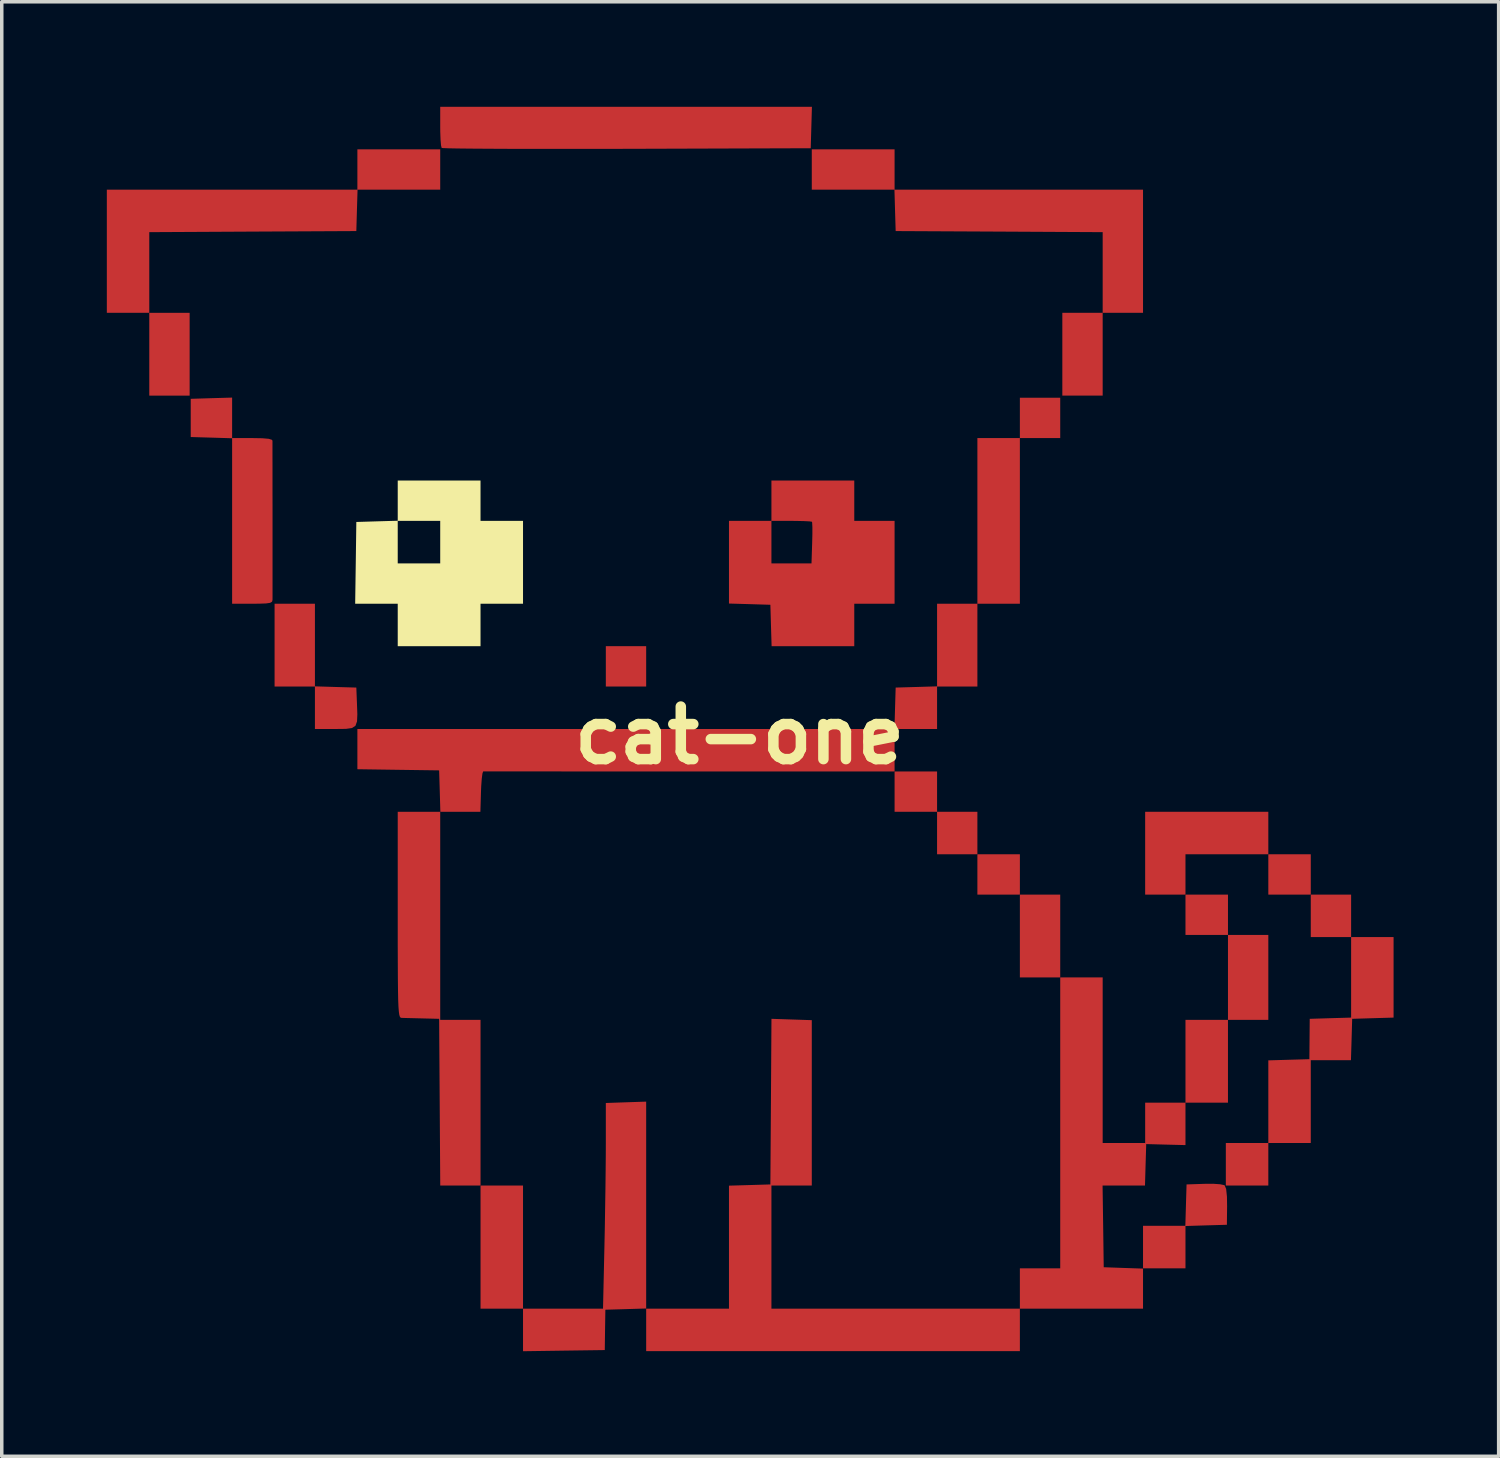
<source format=kicad_pcb>
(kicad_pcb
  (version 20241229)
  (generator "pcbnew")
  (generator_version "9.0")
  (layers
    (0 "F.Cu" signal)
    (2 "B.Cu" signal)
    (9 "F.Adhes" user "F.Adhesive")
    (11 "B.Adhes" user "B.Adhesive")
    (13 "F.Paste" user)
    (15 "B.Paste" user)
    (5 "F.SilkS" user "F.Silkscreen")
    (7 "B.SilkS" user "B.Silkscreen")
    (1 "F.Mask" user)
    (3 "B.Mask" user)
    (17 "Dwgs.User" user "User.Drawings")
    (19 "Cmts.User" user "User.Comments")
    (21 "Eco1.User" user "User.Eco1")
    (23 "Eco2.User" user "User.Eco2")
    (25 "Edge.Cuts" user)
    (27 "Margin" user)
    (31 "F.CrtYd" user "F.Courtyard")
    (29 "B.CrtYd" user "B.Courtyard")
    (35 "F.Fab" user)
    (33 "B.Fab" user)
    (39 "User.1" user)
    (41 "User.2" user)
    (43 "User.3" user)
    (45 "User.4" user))
  (footprint "cat-one"
    (layer "F.Cu")
    (at 18.065 17.944)
    (property "Reference" "cat-one" (at 0 0 0) (layer "F.SilkS") (effects (font (size 1.5 1.5) (thickness 0.3))))
    (attr board_only exclude_from_pos_files exclude_from_bom)
    (fp_poly (pts (xy -15.701 -10.881) (xy -15.701 -9.699) (xy -16.277 -9.699) (xy -16.853 -9.699) (xy -16.853 -10.881) (xy -16.853 -12.063) (xy -16.277 -12.063) (xy -15.701 -12.063)) (stroke (width 0) (type solid)) (fill yes) (layer "F.Cu"))
    (fp_poly (pts (xy -2.667 -1.97) (xy -2.667 -1.394) (xy -3.243 -1.394) (xy -3.819 -1.394) (xy -3.819 -1.97) (xy -3.819 -2.546) (xy -3.243 -2.546) (xy -2.667 -2.546)) (stroke (width 0) (type solid)) (fill yes) (layer "F.Cu"))
    (fp_poly (pts (xy 5.638 1.606) (xy 5.638 2.182) (xy 5.032 2.182) (xy 4.425 2.182) (xy 4.425 1.606) (xy 4.425 1.031) (xy 5.032 1.031) (xy 5.638 1.031)) (stroke (width 0) (type solid)) (fill yes) (layer "F.Cu"))
    (fp_poly (pts (xy 6.789 2.789) (xy 6.789 3.395) (xy 6.214 3.395) (xy 5.638 3.395) (xy 5.638 2.789) (xy 5.638 2.182) (xy 6.214 2.182) (xy 6.789 2.182)) (stroke (width 0) (type solid)) (fill yes) (layer "F.Cu"))
    (fp_poly (pts (xy 8.002 3.971) (xy 8.002 4.547) (xy 7.396 4.547) (xy 6.789 4.547) (xy 6.789 3.971) (xy 6.789 3.395) (xy 7.396 3.395) (xy 8.002 3.395)) (stroke (width 0) (type solid)) (fill yes) (layer "F.Cu"))
    (fp_poly (pts (xy 9.154 5.729) (xy 9.154 6.911) (xy 8.578 6.911) (xy 8.002 6.911) (xy 8.002 5.729) (xy 8.002 4.547) (xy 8.578 4.547) (xy 9.154 4.547)) (stroke (width 0) (type solid)) (fill yes) (layer "F.Cu"))
    (fp_poly (pts (xy 13.943 5.122) (xy 13.943 5.698) (xy 13.337 5.698) (xy 12.73 5.698) (xy 12.73 5.122) (xy 12.73 4.547) (xy 13.337 4.547) (xy 13.943 4.547)) (stroke (width 0) (type solid)) (fill yes) (layer "F.Cu"))
    (fp_poly (pts (xy 16.307 3.971) (xy 16.307 4.547) (xy 15.701 4.547) (xy 15.095 4.547) (xy 15.095 3.971) (xy 15.095 3.395) (xy 15.701 3.395) (xy 16.307 3.395)) (stroke (width 0) (type solid)) (fill yes) (layer "F.Cu"))
    (fp_poly (pts (xy 17.459 5.153) (xy 17.459 5.759) (xy 16.883 5.759) (xy 16.307 5.759) (xy 16.307 5.153) (xy 16.307 4.547) (xy 16.883 4.547) (xy 17.459 4.547)) (stroke (width 0) (type solid)) (fill yes) (layer "F.Cu"))
    (fp_poly (pts (xy 15.095 2.789) (xy 15.095 3.395) (xy 13.912 3.395) (xy 12.73 3.395) (xy 12.73 3.971) (xy 12.73 4.547) (xy 12.154 4.547) (xy 11.579 4.547) (xy 11.579 3.364) (xy 11.579 2.182) (xy 13.337 2.182) (xy 15.095 2.182)) (stroke (width 0) (type solid)) (fill yes) (layer "F.Cu"))
    (fp_poly (pts (xy -8.547 -16.155) (xy -8.547 -15.579) (xy -9.727 -15.579) (xy -10.907 -15.579) (xy -10.925 -14.988) (xy -10.942 -14.397) (xy -13.897 -14.382) (xy -16.853 -14.366) (xy -16.853 -13.215) (xy -16.853 -12.063) (xy -17.459 -12.063) (xy -18.065 -12.063) (xy -18.065 -13.821) (xy -18.065 -15.579) (xy -14.488 -15.579) (xy -10.912 -15.579) (xy -10.912 -16.155) (xy -10.912 -16.731) (xy -9.73 -16.731) (xy -8.547 -16.731)) (stroke (width 0) (type solid)) (fill yes) (layer "F.Cu"))
    (fp_poly (pts (xy -12.124 -2.579) (xy -12.124 -1.399) (xy -11.533 -1.381) (xy -10.942 -1.364) (xy -10.924 -0.91) (xy -10.913 -0.603) (xy -10.922 -0.398) (xy -10.967 -0.273) (xy -11.067 -0.209) (xy -11.237 -0.185) (xy -11.497 -0.182) (xy -11.549 -0.182) (xy -12.124 -0.182) (xy -12.124 -0.788) (xy -12.124 -1.394) (xy -12.7 -1.394) (xy -13.276 -1.394) (xy -13.276 -2.576) (xy -13.276 -3.758) (xy -12.7 -3.758) (xy -12.124 -3.758)) (stroke (width 0) (type solid)) (fill yes) (layer "F.Cu"))
    (fp_poly (pts (xy 2.048 -17.353) (xy 2.031 -16.762) (xy -3.217 -16.745) (xy -4.004 -16.744) (xy -4.757 -16.743) (xy -5.465 -16.743) (xy -6.121 -16.744) (xy -6.716 -16.745) (xy -7.241 -16.748) (xy -7.687 -16.751) (xy -8.045 -16.755) (xy -8.307 -16.76) (xy -8.463 -16.766) (xy -8.506 -16.771) (xy -8.524 -16.846) (xy -8.538 -17.013) (xy -8.546 -17.243) (xy -8.547 -17.378) (xy -8.547 -17.944) (xy -3.241 -17.944) (xy 2.065 -17.944)) (stroke (width 0) (type solid)) (fill yes) (layer "F.Cu"))
    (fp_poly (pts (xy 13.718 12.816) (xy 13.836 12.841) (xy 13.848 12.848) (xy 13.891 12.951) (xy 13.914 13.172) (xy 13.918 13.442) (xy 13.912 13.973) (xy 13.321 13.99) (xy 12.73 14.008) (xy 12.73 14.612) (xy 12.73 15.216) (xy 12.124 15.216) (xy 11.518 15.216) (xy 11.518 14.614) (xy 11.518 14.003) (xy 12.122 14.003) (xy 12.726 14.003) (xy 12.743 13.412) (xy 12.761 12.821) (xy 13.267 12.804) (xy 13.518 12.802)) (stroke (width 0) (type solid)) (fill yes) (layer "F.Cu"))
    (fp_poly (pts (xy 4.425 -16.155) (xy 4.425 -15.579) (xy 7.972 -15.579) (xy 11.518 -15.579) (xy 11.518 -13.821) (xy 11.518 -12.063) (xy 10.942 -12.063) (xy 10.366 -12.063) (xy 10.366 -10.881) (xy 10.366 -9.699) (xy 9.79 -9.699) (xy 9.214 -9.699) (xy 9.214 -10.881) (xy 9.214 -12.063) (xy 9.79 -12.063) (xy 10.366 -12.063) (xy 10.366 -13.215) (xy 10.366 -14.366) (xy 7.411 -14.382) (xy 4.456 -14.397) (xy 4.438 -14.988) (xy 4.421 -15.579) (xy 3.241 -15.579) (xy 2.061 -15.579) (xy 2.061 -16.155) (xy 2.061 -16.731) (xy 3.243 -16.731) (xy 4.425 -16.731)) (stroke (width 0) (type solid)) (fill yes) (layer "F.Cu"))
    (fp_poly (pts (xy 18.671 6.909) (xy 18.671 8.058) (xy 18.08 8.075) (xy 17.489 8.093) (xy 17.472 8.684) (xy 17.454 9.275) (xy 16.881 9.275) (xy 16.307 9.275) (xy 16.307 10.457) (xy 16.307 11.639) (xy 15.701 11.639) (xy 15.095 11.639) (xy 15.095 12.245) (xy 15.095 12.852) (xy 14.488 12.852) (xy 13.882 12.852) (xy 13.882 12.245) (xy 13.882 11.639) (xy 14.488 11.639) (xy 15.095 11.639) (xy 15.095 10.459) (xy 15.095 9.279) (xy 15.681 9.262) (xy 16.267 9.245) (xy 16.272 8.669) (xy 16.277 8.093) (xy 16.868 8.075) (xy 17.459 8.058) (xy 17.459 6.909) (xy 17.459 5.759) (xy 18.065 5.759) (xy 18.671 5.759)) (stroke (width 0) (type solid)) (fill yes) (layer "F.Cu"))
    (fp_poly (pts (xy -14.488 -9.065) (xy -14.488 -8.487) (xy -13.912 -8.487) (xy -13.623 -8.482) (xy -13.44 -8.466) (xy -13.351 -8.437) (xy -13.336 -8.411) (xy -13.336 -8.257) (xy -13.336 -8.01) (xy -13.335 -7.687) (xy -13.335 -7.306) (xy -13.335 -6.881) (xy -13.334 -6.43) (xy -13.334 -5.969) (xy -13.334 -5.516) (xy -13.334 -5.085) (xy -13.334 -4.695) (xy -13.334 -4.361) (xy -13.334 -4.1) (xy -13.334 -3.929) (xy -13.335 -3.865) (xy -13.349 -3.815) (xy -13.403 -3.783) (xy -13.52 -3.766) (xy -13.722 -3.759) (xy -13.912 -3.758) (xy -14.488 -3.758) (xy -14.488 -6.12) (xy -14.488 -8.482) (xy -15.079 -8.5) (xy -15.67 -8.517) (xy -15.67 -9.063) (xy -15.67 -9.608) (xy -15.079 -9.626) (xy -14.488 -9.643)) (stroke (width 0) (type solid)) (fill yes) (layer "F.Cu"))
    (fp_poly (pts (xy 3.274 -6.699) (xy 3.274 -6.123) (xy 3.849 -6.123) (xy 4.425 -6.123) (xy 4.425 -4.941) (xy 4.425 -3.758) (xy 3.849 -3.758) (xy 3.274 -3.758) (xy 3.274 -3.152) (xy 3.274 -2.546) (xy 2.094 -2.546) (xy 0.914 -2.546) (xy 0.896 -3.137) (xy 0.879 -3.728) (xy 0.288 -3.746) (xy -0.303 -3.763) (xy -0.303 -4.943) (xy -0.303 -6.123) (xy 0.303 -6.123) (xy 0.909 -6.123) (xy 0.909 -5.516) (xy 0.909 -4.91) (xy 1.481 -4.91) (xy 2.053 -4.91) (xy 2.072 -5.491) (xy 2.078 -5.744) (xy 2.078 -5.946) (xy 2.072 -6.071) (xy 2.066 -6.098) (xy 1.998 -6.109) (xy 1.838 -6.117) (xy 1.612 -6.122) (xy 1.475 -6.123) (xy 0.909 -6.123) (xy 0.909 -6.699) (xy 0.909 -7.274) (xy 2.091 -7.274) (xy 3.274 -7.274)) (stroke (width 0) (type solid)) (fill yes) (layer "F.Cu"))
    (fp_poly (pts (xy -8.56 1.591) (xy -8.578 1) (xy -9.745 0.984) (xy -10.912 0.967) (xy -10.912 0.393) (xy -10.912 -0.182) (xy -3.245 -0.182) (xy 4.421 -0.182) (xy 4.438 -0.773) (xy 4.456 -1.364) (xy 5.047 -1.381) (xy 5.638 -1.399) (xy 5.638 -2.579) (xy 5.638 -3.758) (xy 6.214 -3.758) (xy 6.789 -3.758) (xy 6.789 -6.123) (xy 6.789 -8.487) (xy 7.396 -8.487) (xy 8.002 -8.487) (xy 8.002 -9.063) (xy 8.002 -9.639) (xy 8.578 -9.639) (xy 9.154 -9.639) (xy 9.154 -9.063) (xy 9.154 -8.487) (xy 8.578 -8.487) (xy 8.002 -8.487) (xy 8.002 -6.123) (xy 8.002 -3.758) (xy 7.396 -3.758) (xy 6.789 -3.758) (xy 6.789 -2.576) (xy 6.789 -1.394) (xy 6.214 -1.394) (xy 5.638 -1.394) (xy 5.638 -0.788) (xy 5.638 -0.182) (xy 5.032 -0.182) (xy 4.425 -0.182) (xy 4.425 0.424) (xy 4.425 1.031) (xy -1.425 1.031) (xy -2.257 1.031) (xy -3.054 1.031) (xy -3.809 1.031) (xy -4.513 1.031) (xy -5.157 1.03) (xy -5.734 1.03) (xy -6.234 1.03) (xy -6.65 1.03) (xy -6.973 1.03) (xy -7.195 1.03) (xy -7.307 1.03) (xy -7.32 1.03) (xy -7.341 1.086) (xy -7.361 1.237) (xy -7.377 1.457) (xy -7.383 1.606) (xy -7.4 2.182) (xy -7.974 2.182) (xy -8.547 2.182) (xy -8.547 5.153) (xy -8.547 8.123) (xy -7.972 8.123) (xy -7.396 8.123) (xy -7.396 10.487) (xy -7.396 12.852) (xy -7.971 12.852) (xy -8.546 12.852) (xy -8.562 10.472) (xy -8.578 8.093) (xy -9.063 8.081) (xy -9.306 8.075) (xy -9.511 8.07) (xy -9.64 8.066) (xy -9.654 8.066) (xy -9.678 8.059) (xy -9.698 8.034) (xy -9.715 7.981) (xy -9.728 7.889) (xy -9.739 7.748) (xy -9.747 7.55) (xy -9.752 7.283) (xy -9.756 6.937) (xy -9.758 6.504) (xy -9.76 5.972) (xy -9.76 5.331) (xy -9.76 5.122) (xy -9.76 2.182) (xy -9.152 2.182) (xy -8.543 2.182)) (stroke (width 0) (type solid)) (fill yes) (layer "F.Cu"))
    (fp_poly (pts (xy 15.095 6.911) (xy 15.095 8.123) (xy 14.519 8.123) (xy 13.943 8.123) (xy 13.943 9.305) (xy 13.943 10.487) (xy 13.337 10.487) (xy 12.73 10.487) (xy 12.73 11.093) (xy 12.73 11.698) (xy 12.17 11.684) (xy 11.609 11.669) (xy 11.591 12.261) (xy 11.574 12.852) (xy 10.969 12.852) (xy 10.363 12.852) (xy 10.38 14.018) (xy 10.396 15.185) (xy 10.957 15.205) (xy 11.518 15.224) (xy 11.518 15.792) (xy 11.518 16.368) (xy 9.76 16.368) (xy 8.002 16.368) (xy 8.002 16.974) (xy 8.002 17.58) (xy 2.667 17.58) (xy -2.667 17.58) (xy -2.667 16.972) (xy -2.667 16.363) (xy -3.25 16.381) (xy -3.832 16.398) (xy -3.841 16.974) (xy -3.849 17.55) (xy -5.016 17.566) (xy -6.183 17.583) (xy -6.183 16.975) (xy -6.183 16.368) (xy -6.789 16.368) (xy -7.396 16.368) (xy -7.396 14.61) (xy -7.396 12.852) (xy -6.789 12.852) (xy -6.183 12.852) (xy -6.183 14.61) (xy -6.183 16.368) (xy -5.041 16.368) (xy -3.899 16.368) (xy -3.859 14.594) (xy -3.848 14.065) (xy -3.839 13.506) (xy -3.83 12.948) (xy -3.824 12.423) (xy -3.82 11.963) (xy -3.819 11.658) (xy -3.819 10.496) (xy -3.243 10.476) (xy -2.667 10.457) (xy -2.667 13.412) (xy -2.667 16.368) (xy -1.485 16.368) (xy -0.303 16.368) (xy -0.303 14.612) (xy -0.303 12.856) (xy 0.288 12.839) (xy 0.879 12.821) (xy 0.895 10.457) (xy 0.91 8.093) (xy 1.486 8.112) (xy 2.061 8.131) (xy 2.061 10.492) (xy 2.061 12.852) (xy 1.485 12.852) (xy 0.909 12.852) (xy 0.909 14.61) (xy 0.909 16.368) (xy 4.456 16.368) (xy 8.002 16.368) (xy 8.002 15.792) (xy 8.002 15.216) (xy 8.578 15.216) (xy 9.154 15.216) (xy 9.154 11.063) (xy 9.154 6.911) (xy 9.76 6.911) (xy 10.366 6.911) (xy 10.366 9.275) (xy 10.366 11.639) (xy 10.972 11.639) (xy 11.579 11.639) (xy 11.579 11.063) (xy 11.579 10.487) (xy 12.154 10.487) (xy 12.73 10.487) (xy 12.73 9.305) (xy 12.73 8.123) (xy 13.337 8.123) (xy 13.943 8.123) (xy 13.943 6.911) (xy 13.943 5.698) (xy 14.519 5.698) (xy 15.095 5.698)) (stroke (width 0) (type solid)) (fill yes) (layer "F.Cu"))
    (fp_poly (pts (xy -7.396 -6.699) (xy -7.396 -6.123) (xy -6.789 -6.123) (xy -6.183 -6.123) (xy -6.183 -4.941) (xy -6.183 -3.758) (xy -6.789 -3.758) (xy -7.396 -3.758) (xy -7.396 -3.152) (xy -7.396 -2.546) (xy -8.578 -2.546) (xy -9.76 -2.546) (xy -9.76 -3.152) (xy -9.76 -3.758) (xy -10.367 -3.758) (xy -10.975 -3.758) (xy -10.958 -4.925) (xy -10.942 -6.092) (xy -10.351 -6.11) (xy -9.909 -6.123) (xy -9.76 -6.123) (xy -9.76 -5.516) (xy -9.76 -4.91) (xy -9.154 -4.91) (xy -8.547 -4.91) (xy -8.547 -5.516) (xy -8.547 -6.123) (xy -9.154 -6.123) (xy -9.76 -6.123) (xy -9.909 -6.123) (xy -9.76 -6.127) (xy -9.76 -6.701) (xy -9.76 -7.274) (xy -8.578 -7.274) (xy -7.396 -7.274)) (stroke (width 0) (type solid)) (fill yes) (layer "F.SilkS")))
  (gr_rect
    (start -3 -3)
    (end 39.736 38.526)
    (stroke (width 0.1) (type default))
    (fill no)
    (layer "Edge.Cuts")))
</source>
